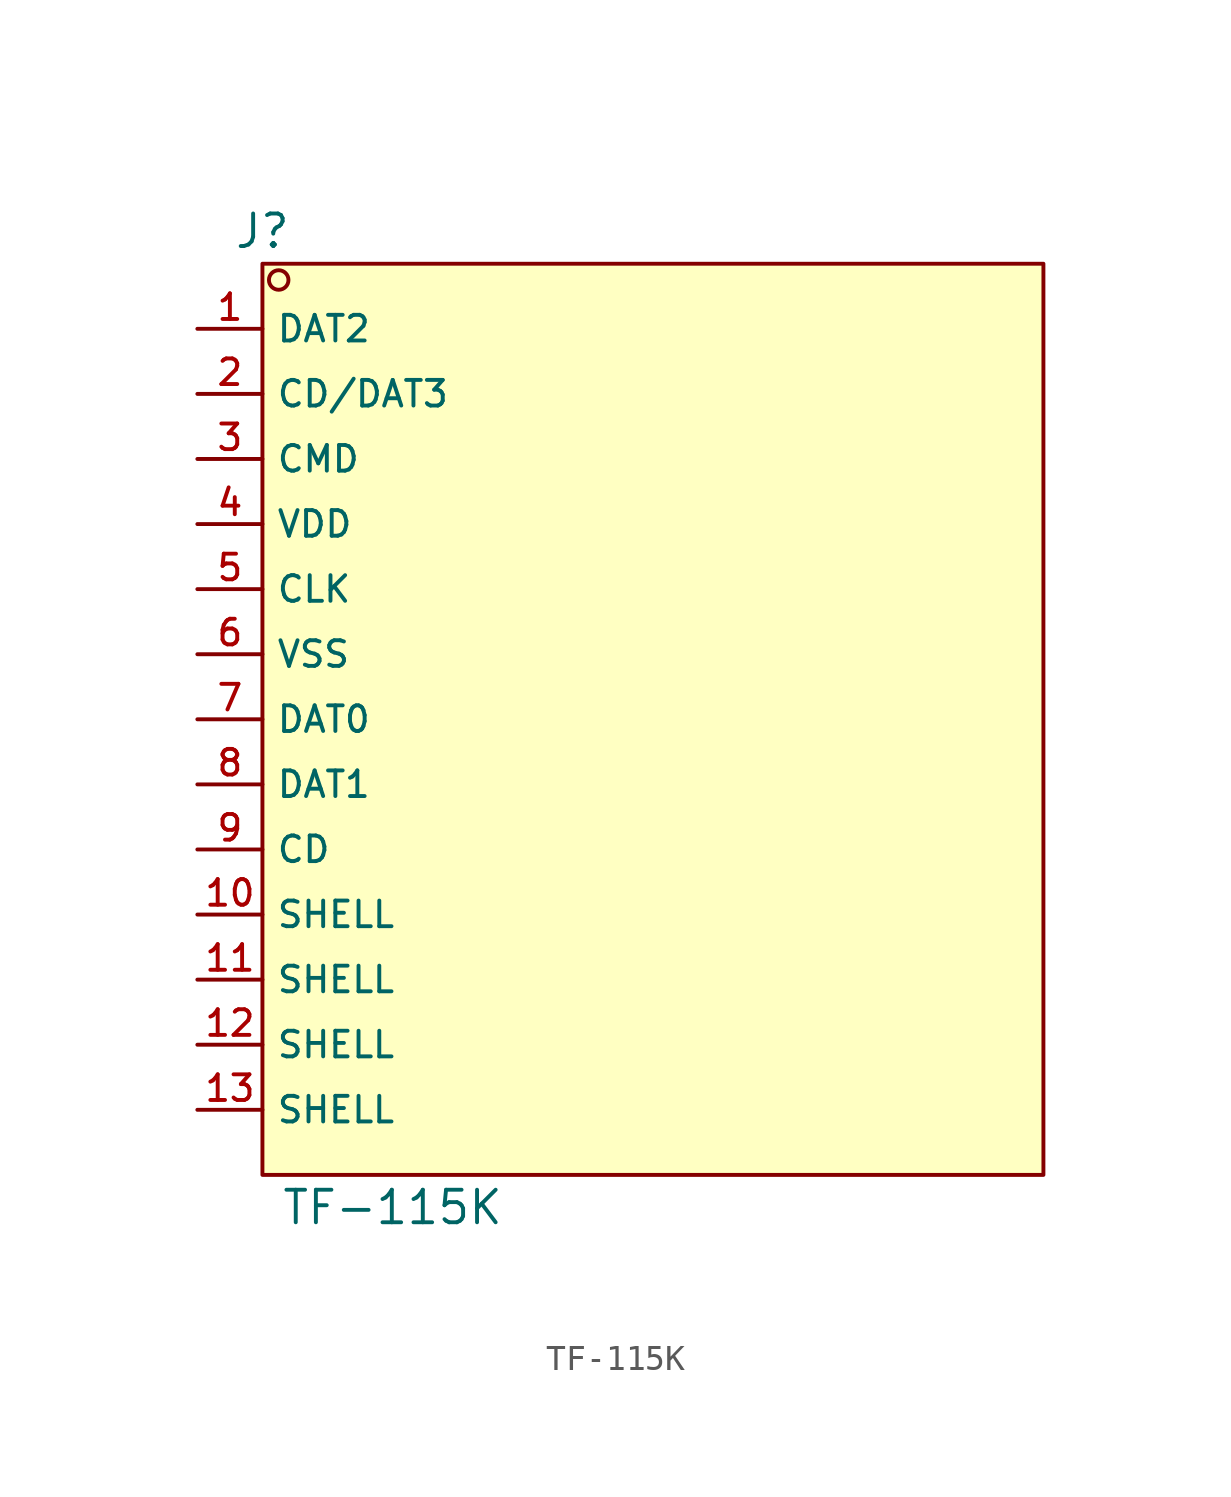
<source format=kicad_sym>
(kicad_symbol_lib
  (version 20220914)
  (generator kicad_symbol_editor)
  (symbol "TF-115K"
    (property "Reference" "J"
      (at -13.97 19.05 0)
      (effects (font (size 1.27 1.27))))
    (property "Value" "TF-115K"
      (at -8.89 -19.05 0)
      (effects (font (size 1.27 1.27))))
    (symbol "TF-115K_0_1"
      (rectangle (start -13.97 17.78) (end 16.51 -17.78) (stroke (width 0) (type default)) (fill (type background)))
      (circle (center -13.335 17.145) (radius 0.381) (stroke (width 0) (type default)) (fill (type background)))
      (pin unspecified line (at -16.51 15.24 0) (length 2.54) (name "DAT2" (effects (font (size 1 1)))) (number "1" (effects (font (size 1 1)))))
      (pin unspecified line (at -16.51 -7.62 0) (length 2.54) (name "SHELL" (effects (font (size 1 1)))) (number "10" (effects (font (size 1 1)))))
      (pin unspecified line (at -16.51 -10.16 0) (length 2.54) (name "SHELL" (effects (font (size 1 1)))) (number "11" (effects (font (size 1 1)))))
      (pin unspecified line (at -16.51 -12.7 0) (length 2.54) (name "SHELL" (effects (font (size 1 1)))) (number "12" (effects (font (size 1 1)))))
      (pin unspecified line (at -16.51 -15.24 0) (length 2.54) (name "SHELL" (effects (font (size 1 1)))) (number "13" (effects (font (size 1 1)))))
      (pin unspecified line (at -16.51 12.7 0) (length 2.54) (name "CD/DAT3" (effects (font (size 1 1)))) (number "2" (effects (font (size 1 1)))))
      (pin unspecified line (at -16.51 10.16 0) (length 2.54) (name "CMD" (effects (font (size 1 1)))) (number "3" (effects (font (size 1 1)))))
      (pin unspecified line (at -16.51 7.62 0) (length 2.54) (name "VDD" (effects (font (size 1 1)))) (number "4" (effects (font (size 1 1)))))
      (pin unspecified line (at -16.51 5.08 0) (length 2.54) (name "CLK" (effects (font (size 1 1)))) (number "5" (effects (font (size 1 1)))))
      (pin unspecified line (at -16.51 2.54 0) (length 2.54) (name "VSS" (effects (font (size 1 1)))) (number "6" (effects (font (size 1 1)))))
      (pin unspecified line (at -16.51 0 0) (length 2.54) (name "DAT0" (effects (font (size 1 1)))) (number "7" (effects (font (size 1 1)))))
      (pin unspecified line (at -16.51 -2.54 0) (length 2.54) (name "DAT1" (effects (font (size 1 1)))) (number "8" (effects (font (size 1 1)))))
      (pin unspecified line (at -16.51 -5.08 0) (length 2.54) (name "CD" (effects (font (size 1 1)))) (number "9" (effects (font (size 1 1))))))))
</source>
